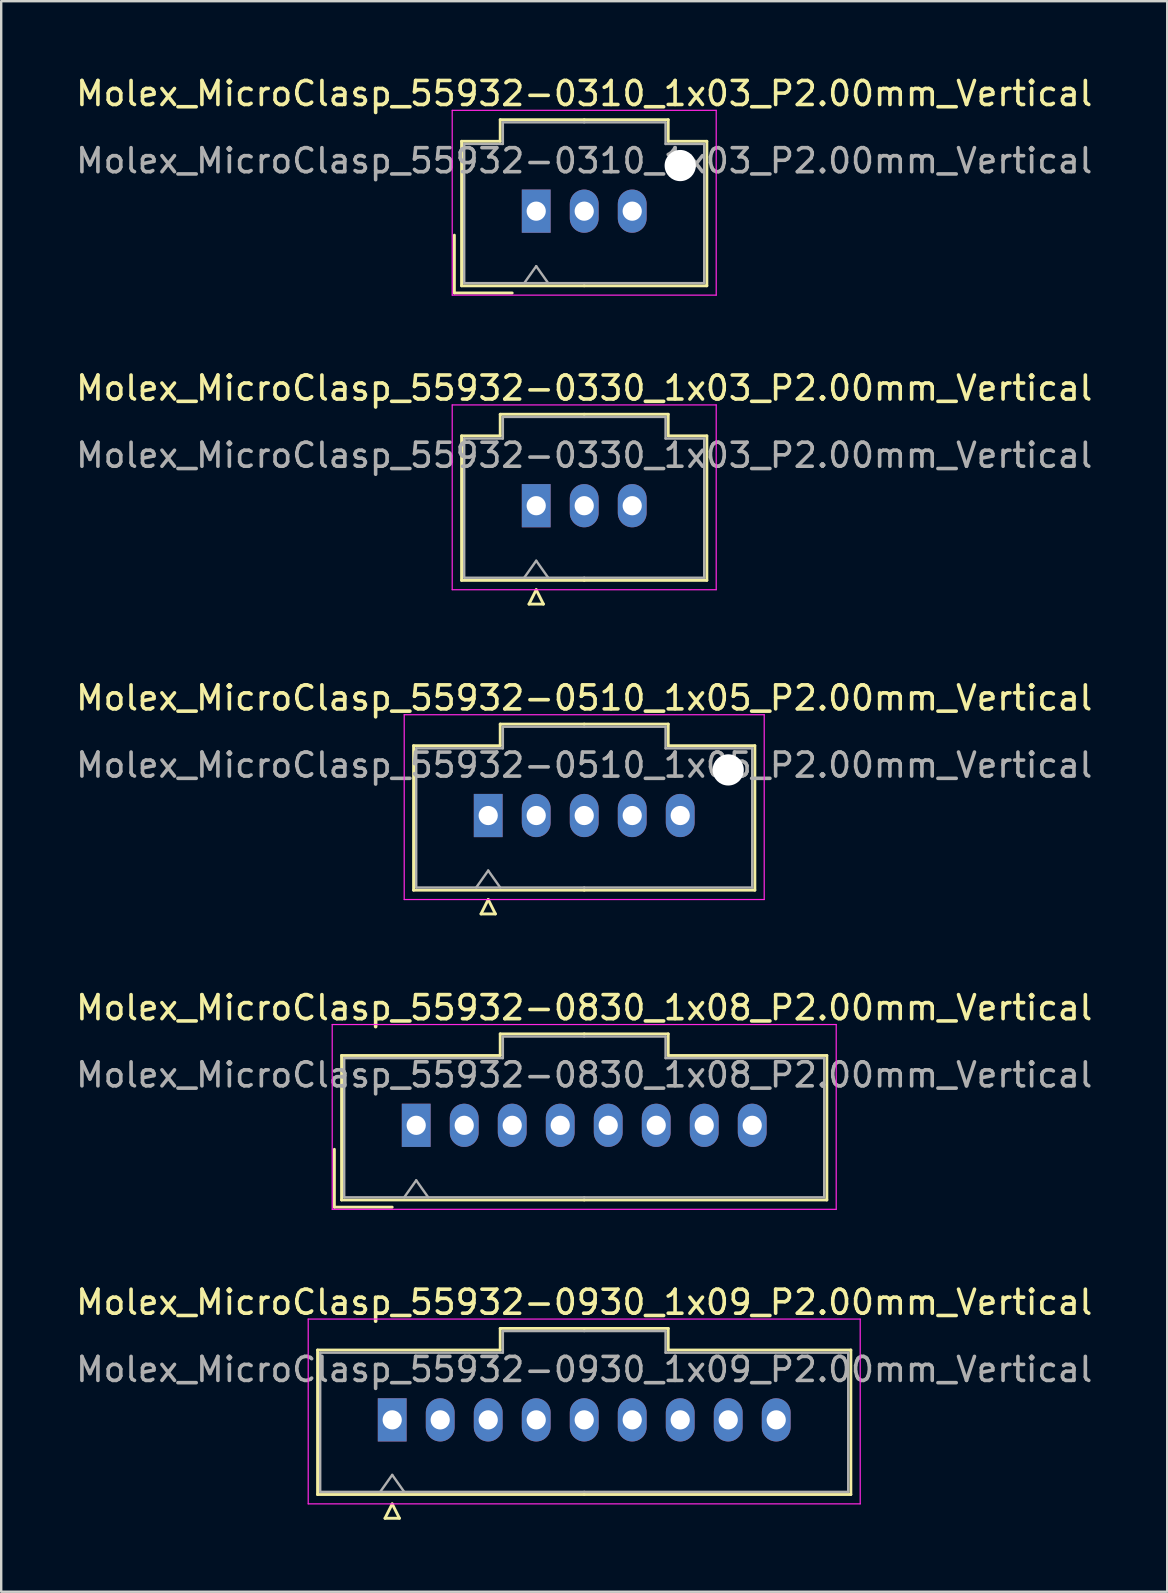
<source format=kicad_pcb>
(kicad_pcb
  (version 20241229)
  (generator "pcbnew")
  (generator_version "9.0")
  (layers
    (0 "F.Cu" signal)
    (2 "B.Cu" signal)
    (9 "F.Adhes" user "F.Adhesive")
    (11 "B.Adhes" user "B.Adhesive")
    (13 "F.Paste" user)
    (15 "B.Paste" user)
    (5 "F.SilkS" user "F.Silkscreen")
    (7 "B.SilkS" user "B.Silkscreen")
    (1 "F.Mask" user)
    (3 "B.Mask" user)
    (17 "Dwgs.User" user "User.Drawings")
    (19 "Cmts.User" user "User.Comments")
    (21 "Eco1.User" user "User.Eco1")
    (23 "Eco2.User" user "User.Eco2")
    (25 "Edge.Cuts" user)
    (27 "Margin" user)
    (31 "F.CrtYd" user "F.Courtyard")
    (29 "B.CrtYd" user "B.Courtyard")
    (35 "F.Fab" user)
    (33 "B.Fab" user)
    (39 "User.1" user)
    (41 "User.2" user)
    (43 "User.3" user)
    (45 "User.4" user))
  (footprint "Molex_MicroClasp_55932-0330_1x03_P2.00mm_Vertical"
    (layer "F.Cu")
    (at 19.292 18.021)
    (property "Reference" "Molex_MicroClasp_55932-0330_1x03_P2.00mm_Vertical" (at 2 -4.9 0) (layer "F.SilkS") (effects (font (size 1 1) (thickness 0.15))))
    (attr through_hole)
    (fp_line (start -3.11 -2.91) (end -3.11 3.11) (stroke (width 0.12) (type solid)) (layer "F.SilkS"))
    (fp_line (start -3.11 3.11) (end 2 3.11) (stroke (width 0.12) (type solid)) (layer "F.SilkS"))
    (fp_line (start -1.5 -3.81) (end -1.5 -2.91) (stroke (width 0.12) (type solid)) (layer "F.SilkS"))
    (fp_line (start -1.5 -2.91) (end -3.11 -2.91) (stroke (width 0.12) (type solid)) (layer "F.SilkS"))
    (fp_line (start -0.3 4.1) (end 0.3 4.1) (stroke (width 0.12) (type solid)) (layer "F.SilkS"))
    (fp_line (start 0 3.5) (end -0.3 4.1) (stroke (width 0.12) (type solid)) (layer "F.SilkS"))
    (fp_line (start 0.3 4.1) (end 0 3.5) (stroke (width 0.12) (type solid)) (layer "F.SilkS"))
    (fp_line (start 2 -3.81) (end -1.5 -3.81) (stroke (width 0.12) (type solid)) (layer "F.SilkS"))
    (fp_line (start 2 -3.81) (end 5.5 -3.81) (stroke (width 0.12) (type solid)) (layer "F.SilkS"))
    (fp_line (start 5.5 -3.81) (end 5.5 -2.91) (stroke (width 0.12) (type solid)) (layer "F.SilkS"))
    (fp_line (start 5.5 -2.91) (end 7.11 -2.91) (stroke (width 0.12) (type solid)) (layer "F.SilkS"))
    (fp_line (start 7.11 -2.91) (end 7.11 3.11) (stroke (width 0.12) (type solid)) (layer "F.SilkS"))
    (fp_line (start 7.11 3.11) (end 2 3.11) (stroke (width 0.12) (type solid)) (layer "F.SilkS"))
    (fp_line (start -3.5 -4.2) (end -3.5 3.5) (stroke (width 0.05) (type solid)) (layer "F.CrtYd"))
    (fp_line (start -3.5 3.5) (end 7.5 3.5) (stroke (width 0.05) (type solid)) (layer "F.CrtYd"))
    (fp_line (start 7.5 -4.2) (end -3.5 -4.2) (stroke (width 0.05) (type solid)) (layer "F.CrtYd"))
    (fp_line (start 7.5 3.5) (end 7.5 -4.2) (stroke (width 0.05) (type solid)) (layer "F.CrtYd"))
    (fp_line (start -3 -2.8) (end -3 3) (stroke (width 0.1) (type solid)) (layer "F.Fab"))
    (fp_line (start -3 3) (end 2 3) (stroke (width 0.1) (type solid)) (layer "F.Fab"))
    (fp_line (start -1.39 -3.7) (end -1.39 -2.8) (stroke (width 0.1) (type solid)) (layer "F.Fab"))
    (fp_line (start -1.39 -2.8) (end -3 -2.8) (stroke (width 0.1) (type solid)) (layer "F.Fab"))
    (fp_line (start -0.5 3) (end 0 2.293) (stroke (width 0.1) (type solid)) (layer "F.Fab"))
    (fp_line (start 0 2.293) (end 0.5 3) (stroke (width 0.1) (type solid)) (layer "F.Fab"))
    (fp_line (start 2 -3.7) (end -1.39 -3.7) (stroke (width 0.1) (type solid)) (layer "F.Fab"))
    (fp_line (start 2 -3.7) (end 5.39 -3.7) (stroke (width 0.1) (type solid)) (layer "F.Fab"))
    (fp_line (start 5.39 -3.7) (end 5.39 -2.8) (stroke (width 0.1) (type solid)) (layer "F.Fab"))
    (fp_line (start 5.39 -2.8) (end 7 -2.8) (stroke (width 0.1) (type solid)) (layer "F.Fab"))
    (fp_line (start 7 -2.8) (end 7 3) (stroke (width 0.1) (type solid)) (layer "F.Fab"))
    (fp_line (start 7 3) (end 2 3) (stroke (width 0.1) (type solid)) (layer "F.Fab"))
    (fp_text user "${REFERENCE}" (at 2 -2.1 0) (layer "F.Fab") (effects (font (size 1 1) (thickness 0.15))))
    (pad "1" thru_hole rect (at 0 0) (size 1.2 1.8) (drill 0.8) (layers "*.Cu" "*.Mask"))
    (pad "2" thru_hole oval (at 2 0) (size 1.2 1.8) (drill 0.8) (layers "*.Cu" "*.Mask"))
    (pad "3" thru_hole oval (at 4 0) (size 1.2 1.8) (drill 0.8) (layers "*.Cu" "*.Mask")))
  (footprint "Molex_MicroClasp_55932-0830_1x08_P2.00mm_Vertical"
    (layer "F.Cu")
    (at 14.292 43.838)
    (property "Reference" "Molex_MicroClasp_55932-0830_1x08_P2.00mm_Vertical" (at 7 -4.9 0) (layer "F.SilkS") (effects (font (size 1 1) (thickness 0.15))))
    (attr through_hole)
    (fp_line (start -3.41 1) (end -3.41 3.41) (stroke (width 0.12) (type solid)) (layer "F.SilkS"))
    (fp_line (start -3.41 3.41) (end -1 3.41) (stroke (width 0.12) (type solid)) (layer "F.SilkS"))
    (fp_line (start -3.11 -2.91) (end -3.11 3.11) (stroke (width 0.12) (type solid)) (layer "F.SilkS"))
    (fp_line (start -3.11 3.11) (end 7 3.11) (stroke (width 0.12) (type solid)) (layer "F.SilkS"))
    (fp_line (start 3.5 -3.81) (end 3.5 -2.91) (stroke (width 0.12) (type solid)) (layer "F.SilkS"))
    (fp_line (start 3.5 -2.91) (end -3.11 -2.91) (stroke (width 0.12) (type solid)) (layer "F.SilkS"))
    (fp_line (start 7 -3.81) (end 3.5 -3.81) (stroke (width 0.12) (type solid)) (layer "F.SilkS"))
    (fp_line (start 7 -3.81) (end 10.5 -3.81) (stroke (width 0.12) (type solid)) (layer "F.SilkS"))
    (fp_line (start 10.5 -3.81) (end 10.5 -2.91) (stroke (width 0.12) (type solid)) (layer "F.SilkS"))
    (fp_line (start 10.5 -2.91) (end 17.11 -2.91) (stroke (width 0.12) (type solid)) (layer "F.SilkS"))
    (fp_line (start 17.11 -2.91) (end 17.11 3.11) (stroke (width 0.12) (type solid)) (layer "F.SilkS"))
    (fp_line (start 17.11 3.11) (end 7 3.11) (stroke (width 0.12) (type solid)) (layer "F.SilkS"))
    (fp_line (start -3.5 -4.2) (end -3.5 3.5) (stroke (width 0.05) (type solid)) (layer "F.CrtYd"))
    (fp_line (start -3.5 3.5) (end 17.5 3.5) (stroke (width 0.05) (type solid)) (layer "F.CrtYd"))
    (fp_line (start 17.5 -4.2) (end -3.5 -4.2) (stroke (width 0.05) (type solid)) (layer "F.CrtYd"))
    (fp_line (start 17.5 3.5) (end 17.5 -4.2) (stroke (width 0.05) (type solid)) (layer "F.CrtYd"))
    (fp_line (start -3 -2.8) (end -3 3) (stroke (width 0.1) (type solid)) (layer "F.Fab"))
    (fp_line (start -3 3) (end 7 3) (stroke (width 0.1) (type solid)) (layer "F.Fab"))
    (fp_line (start -0.5 3) (end 0 2.293) (stroke (width 0.1) (type solid)) (layer "F.Fab"))
    (fp_line (start 0 2.293) (end 0.5 3) (stroke (width 0.1) (type solid)) (layer "F.Fab"))
    (fp_line (start 3.61 -3.7) (end 3.61 -2.8) (stroke (width 0.1) (type solid)) (layer "F.Fab"))
    (fp_line (start 3.61 -2.8) (end -3 -2.8) (stroke (width 0.1) (type solid)) (layer "F.Fab"))
    (fp_line (start 7 -3.7) (end 3.61 -3.7) (stroke (width 0.1) (type solid)) (layer "F.Fab"))
    (fp_line (start 7 -3.7) (end 10.39 -3.7) (stroke (width 0.1) (type solid)) (layer "F.Fab"))
    (fp_line (start 10.39 -3.7) (end 10.39 -2.8) (stroke (width 0.1) (type solid)) (layer "F.Fab"))
    (fp_line (start 10.39 -2.8) (end 17 -2.8) (stroke (width 0.1) (type solid)) (layer "F.Fab"))
    (fp_line (start 17 -2.8) (end 17 3) (stroke (width 0.1) (type solid)) (layer "F.Fab"))
    (fp_line (start 17 3) (end 7 3) (stroke (width 0.1) (type solid)) (layer "F.Fab"))
    (fp_text user "${REFERENCE}" (at 7 -2.1 0) (layer "F.Fab") (effects (font (size 1 1) (thickness 0.15))))
    (pad "1" thru_hole rect (at 0 0) (size 1.2 1.8) (drill 0.8) (layers "*.Cu" "*.Mask"))
    (pad "2" thru_hole oval (at 2 0) (size 1.2 1.8) (drill 0.8) (layers "*.Cu" "*.Mask"))
    (pad "3" thru_hole oval (at 4 0) (size 1.2 1.8) (drill 0.8) (layers "*.Cu" "*.Mask"))
    (pad "4" thru_hole oval (at 6 0) (size 1.2 1.8) (drill 0.8) (layers "*.Cu" "*.Mask"))
    (pad "5" thru_hole oval (at 8 0) (size 1.2 1.8) (drill 0.8) (layers "*.Cu" "*.Mask"))
    (pad "6" thru_hole oval (at 10 0) (size 1.2 1.8) (drill 0.8) (layers "*.Cu" "*.Mask"))
    (pad "7" thru_hole oval (at 12 0) (size 1.2 1.8) (drill 0.8) (layers "*.Cu" "*.Mask"))
    (pad "8" thru_hole oval (at 14 0) (size 1.2 1.8) (drill 0.8) (layers "*.Cu" "*.Mask")))
  (footprint "Molex_MicroClasp_55932-0930_1x09_P2.00mm_Vertical"
    (layer "F.Cu")
    (at 13.292 56.111)
    (property "Reference" "Molex_MicroClasp_55932-0930_1x09_P2.00mm_Vertical" (at 8 -4.9 0) (layer "F.SilkS") (effects (font (size 1 1) (thickness 0.15))))
    (attr through_hole)
    (fp_line (start -3.11 -2.91) (end -3.11 3.11) (stroke (width 0.12) (type solid)) (layer "F.SilkS"))
    (fp_line (start -3.11 3.11) (end 8 3.11) (stroke (width 0.12) (type solid)) (layer "F.SilkS"))
    (fp_line (start -0.3 4.1) (end 0.3 4.1) (stroke (width 0.12) (type solid)) (layer "F.SilkS"))
    (fp_line (start 0 3.5) (end -0.3 4.1) (stroke (width 0.12) (type solid)) (layer "F.SilkS"))
    (fp_line (start 0.3 4.1) (end 0 3.5) (stroke (width 0.12) (type solid)) (layer "F.SilkS"))
    (fp_line (start 4.5 -3.81) (end 4.5 -2.91) (stroke (width 0.12) (type solid)) (layer "F.SilkS"))
    (fp_line (start 4.5 -2.91) (end -3.11 -2.91) (stroke (width 0.12) (type solid)) (layer "F.SilkS"))
    (fp_line (start 8 -3.81) (end 4.5 -3.81) (stroke (width 0.12) (type solid)) (layer "F.SilkS"))
    (fp_line (start 8 -3.81) (end 11.5 -3.81) (stroke (width 0.12) (type solid)) (layer "F.SilkS"))
    (fp_line (start 11.5 -3.81) (end 11.5 -2.91) (stroke (width 0.12) (type solid)) (layer "F.SilkS"))
    (fp_line (start 11.5 -2.91) (end 19.11 -2.91) (stroke (width 0.12) (type solid)) (layer "F.SilkS"))
    (fp_line (start 19.11 -2.91) (end 19.11 3.11) (stroke (width 0.12) (type solid)) (layer "F.SilkS"))
    (fp_line (start 19.11 3.11) (end 8 3.11) (stroke (width 0.12) (type solid)) (layer "F.SilkS"))
    (fp_line (start -3.5 -4.2) (end -3.5 3.5) (stroke (width 0.05) (type solid)) (layer "F.CrtYd"))
    (fp_line (start -3.5 3.5) (end 19.5 3.5) (stroke (width 0.05) (type solid)) (layer "F.CrtYd"))
    (fp_line (start 19.5 -4.2) (end -3.5 -4.2) (stroke (width 0.05) (type solid)) (layer "F.CrtYd"))
    (fp_line (start 19.5 3.5) (end 19.5 -4.2) (stroke (width 0.05) (type solid)) (layer "F.CrtYd"))
    (fp_line (start -3 -2.8) (end -3 3) (stroke (width 0.1) (type solid)) (layer "F.Fab"))
    (fp_line (start -3 3) (end 8 3) (stroke (width 0.1) (type solid)) (layer "F.Fab"))
    (fp_line (start -0.5 3) (end 0 2.293) (stroke (width 0.1) (type solid)) (layer "F.Fab"))
    (fp_line (start 0 2.293) (end 0.5 3) (stroke (width 0.1) (type solid)) (layer "F.Fab"))
    (fp_line (start 4.61 -3.7) (end 4.61 -2.8) (stroke (width 0.1) (type solid)) (layer "F.Fab"))
    (fp_line (start 4.61 -2.8) (end -3 -2.8) (stroke (width 0.1) (type solid)) (layer "F.Fab"))
    (fp_line (start 8 -3.7) (end 4.61 -3.7) (stroke (width 0.1) (type solid)) (layer "F.Fab"))
    (fp_line (start 8 -3.7) (end 11.39 -3.7) (stroke (width 0.1) (type solid)) (layer "F.Fab"))
    (fp_line (start 11.39 -3.7) (end 11.39 -2.8) (stroke (width 0.1) (type solid)) (layer "F.Fab"))
    (fp_line (start 11.39 -2.8) (end 19 -2.8) (stroke (width 0.1) (type solid)) (layer "F.Fab"))
    (fp_line (start 19 -2.8) (end 19 3) (stroke (width 0.1) (type solid)) (layer "F.Fab"))
    (fp_line (start 19 3) (end 8 3) (stroke (width 0.1) (type solid)) (layer "F.Fab"))
    (fp_text user "${REFERENCE}" (at 8 -2.1 0) (layer "F.Fab") (effects (font (size 1 1) (thickness 0.15))))
    (pad "1" thru_hole rect (at 0 0) (size 1.2 1.8) (drill 0.8) (layers "*.Cu" "*.Mask"))
    (pad "2" thru_hole oval (at 2 0) (size 1.2 1.8) (drill 0.8) (layers "*.Cu" "*.Mask"))
    (pad "3" thru_hole oval (at 4 0) (size 1.2 1.8) (drill 0.8) (layers "*.Cu" "*.Mask"))
    (pad "4" thru_hole oval (at 6 0) (size 1.2 1.8) (drill 0.8) (layers "*.Cu" "*.Mask"))
    (pad "5" thru_hole oval (at 8 0) (size 1.2 1.8) (drill 0.8) (layers "*.Cu" "*.Mask"))
    (pad "6" thru_hole oval (at 10 0) (size 1.2 1.8) (drill 0.8) (layers "*.Cu" "*.Mask"))
    (pad "7" thru_hole oval (at 12 0) (size 1.2 1.8) (drill 0.8) (layers "*.Cu" "*.Mask"))
    (pad "8" thru_hole oval (at 14 0) (size 1.2 1.8) (drill 0.8) (layers "*.Cu" "*.Mask"))
    (pad "9" thru_hole oval (at 16 0) (size 1.2 1.8) (drill 0.8) (layers "*.Cu" "*.Mask")))
  (footprint "Molex_MicroClasp_55932-0310_1x03_P2.00mm_Vertical"
    (layer "F.Cu")
    (at 19.292 5.748)
    (property "Reference" "Molex_MicroClasp_55932-0310_1x03_P2.00mm_Vertical" (at 2 -4.9 0) (layer "F.SilkS") (effects (font (size 1 1) (thickness 0.15))))
    (attr through_hole)
    (fp_line (start -3.41 1) (end -3.41 3.41) (stroke (width 0.12) (type solid)) (layer "F.SilkS"))
    (fp_line (start -3.41 3.41) (end -1 3.41) (stroke (width 0.12) (type solid)) (layer "F.SilkS"))
    (fp_line (start -3.11 -2.91) (end -3.11 3.11) (stroke (width 0.12) (type solid)) (layer "F.SilkS"))
    (fp_line (start -3.11 3.11) (end 2 3.11) (stroke (width 0.12) (type solid)) (layer "F.SilkS"))
    (fp_line (start -1.5 -3.81) (end -1.5 -2.91) (stroke (width 0.12) (type solid)) (layer "F.SilkS"))
    (fp_line (start -1.5 -2.91) (end -3.11 -2.91) (stroke (width 0.12) (type solid)) (layer "F.SilkS"))
    (fp_line (start 2 -3.81) (end -1.5 -3.81) (stroke (width 0.12) (type solid)) (layer "F.SilkS"))
    (fp_line (start 2 -3.81) (end 5.5 -3.81) (stroke (width 0.12) (type solid)) (layer "F.SilkS"))
    (fp_line (start 5.5 -3.81) (end 5.5 -2.91) (stroke (width 0.12) (type solid)) (layer "F.SilkS"))
    (fp_line (start 5.5 -2.91) (end 7.11 -2.91) (stroke (width 0.12) (type solid)) (layer "F.SilkS"))
    (fp_line (start 7.11 -2.91) (end 7.11 3.11) (stroke (width 0.12) (type solid)) (layer "F.SilkS"))
    (fp_line (start 7.11 3.11) (end 2 3.11) (stroke (width 0.12) (type solid)) (layer "F.SilkS"))
    (fp_line (start -3.5 -4.2) (end -3.5 3.5) (stroke (width 0.05) (type solid)) (layer "F.CrtYd"))
    (fp_line (start -3.5 3.5) (end 7.5 3.5) (stroke (width 0.05) (type solid)) (layer "F.CrtYd"))
    (fp_line (start 7.5 -4.2) (end -3.5 -4.2) (stroke (width 0.05) (type solid)) (layer "F.CrtYd"))
    (fp_line (start 7.5 3.5) (end 7.5 -4.2) (stroke (width 0.05) (type solid)) (layer "F.CrtYd"))
    (fp_line (start -3 -2.8) (end -3 3) (stroke (width 0.1) (type solid)) (layer "F.Fab"))
    (fp_line (start -3 3) (end 2 3) (stroke (width 0.1) (type solid)) (layer "F.Fab"))
    (fp_line (start -1.39 -3.7) (end -1.39 -2.8) (stroke (width 0.1) (type solid)) (layer "F.Fab"))
    (fp_line (start -1.39 -2.8) (end -3 -2.8) (stroke (width 0.1) (type solid)) (layer "F.Fab"))
    (fp_line (start -0.5 3) (end 0 2.293) (stroke (width 0.1) (type solid)) (layer "F.Fab"))
    (fp_line (start 0 2.293) (end 0.5 3) (stroke (width 0.1) (type solid)) (layer "F.Fab"))
    (fp_line (start 2 -3.7) (end -1.39 -3.7) (stroke (width 0.1) (type solid)) (layer "F.Fab"))
    (fp_line (start 2 -3.7) (end 5.39 -3.7) (stroke (width 0.1) (type solid)) (layer "F.Fab"))
    (fp_line (start 5.39 -3.7) (end 5.39 -2.8) (stroke (width 0.1) (type solid)) (layer "F.Fab"))
    (fp_line (start 5.39 -2.8) (end 7 -2.8) (stroke (width 0.1) (type solid)) (layer "F.Fab"))
    (fp_line (start 7 -2.8) (end 7 3) (stroke (width 0.1) (type solid)) (layer "F.Fab"))
    (fp_line (start 7 3) (end 2 3) (stroke (width 0.1) (type solid)) (layer "F.Fab"))
    (fp_text user "${REFERENCE}" (at 2 -2.1 0) (layer "F.Fab") (effects (font (size 1 1) (thickness 0.15))))
    (pad "" np_thru_hole circle (at 6 -1.9) (size 1.3 1.3) (drill 1.3) (layers "*.Cu" "*.Mask"))
    (pad "1" thru_hole rect (at 0 0) (size 1.2 1.8) (drill 0.8) (layers "*.Cu" "*.Mask"))
    (pad "2" thru_hole oval (at 2 0) (size 1.2 1.8) (drill 0.8) (layers "*.Cu" "*.Mask"))
    (pad "3" thru_hole oval (at 4 0) (size 1.2 1.8) (drill 0.8) (layers "*.Cu" "*.Mask")))
  (footprint "Molex_MicroClasp_55932-0510_1x05_P2.00mm_Vertical"
    (layer "F.Cu")
    (at 17.292 30.93)
    (property "Reference" "Molex_MicroClasp_55932-0510_1x05_P2.00mm_Vertical" (at 4 -4.9 0) (layer "F.SilkS") (effects (font (size 1 1) (thickness 0.15))))
    (attr through_hole)
    (fp_line (start -3.11 -2.91) (end -3.11 3.11) (stroke (width 0.12) (type solid)) (layer "F.SilkS"))
    (fp_line (start -3.11 3.11) (end 4 3.11) (stroke (width 0.12) (type solid)) (layer "F.SilkS"))
    (fp_line (start -0.3 4.1) (end 0.3 4.1) (stroke (width 0.12) (type solid)) (layer "F.SilkS"))
    (fp_line (start 0 3.5) (end -0.3 4.1) (stroke (width 0.12) (type solid)) (layer "F.SilkS"))
    (fp_line (start 0.3 4.1) (end 0 3.5) (stroke (width 0.12) (type solid)) (layer "F.SilkS"))
    (fp_line (start 0.5 -3.81) (end 0.5 -2.91) (stroke (width 0.12) (type solid)) (layer "F.SilkS"))
    (fp_line (start 0.5 -2.91) (end -3.11 -2.91) (stroke (width 0.12) (type solid)) (layer "F.SilkS"))
    (fp_line (start 4 -3.81) (end 0.5 -3.81) (stroke (width 0.12) (type solid)) (layer "F.SilkS"))
    (fp_line (start 4 -3.81) (end 7.5 -3.81) (stroke (width 0.12) (type solid)) (layer "F.SilkS"))
    (fp_line (start 7.5 -3.81) (end 7.5 -2.91) (stroke (width 0.12) (type solid)) (layer "F.SilkS"))
    (fp_line (start 7.5 -2.91) (end 11.11 -2.91) (stroke (width 0.12) (type solid)) (layer "F.SilkS"))
    (fp_line (start 11.11 -2.91) (end 11.11 3.11) (stroke (width 0.12) (type solid)) (layer "F.SilkS"))
    (fp_line (start 11.11 3.11) (end 4 3.11) (stroke (width 0.12) (type solid)) (layer "F.SilkS"))
    (fp_line (start -3.5 -4.2) (end -3.5 3.5) (stroke (width 0.05) (type solid)) (layer "F.CrtYd"))
    (fp_line (start -3.5 3.5) (end 11.5 3.5) (stroke (width 0.05) (type solid)) (layer "F.CrtYd"))
    (fp_line (start 11.5 -4.2) (end -3.5 -4.2) (stroke (width 0.05) (type solid)) (layer "F.CrtYd"))
    (fp_line (start 11.5 3.5) (end 11.5 -4.2) (stroke (width 0.05) (type solid)) (layer "F.CrtYd"))
    (fp_line (start -3 -2.8) (end -3 3) (stroke (width 0.1) (type solid)) (layer "F.Fab"))
    (fp_line (start -3 3) (end 4 3) (stroke (width 0.1) (type solid)) (layer "F.Fab"))
    (fp_line (start -0.5 3) (end 0 2.293) (stroke (width 0.1) (type solid)) (layer "F.Fab"))
    (fp_line (start 0 2.293) (end 0.5 3) (stroke (width 0.1) (type solid)) (layer "F.Fab"))
    (fp_line (start 0.61 -3.7) (end 0.61 -2.8) (stroke (width 0.1) (type solid)) (layer "F.Fab"))
    (fp_line (start 0.61 -2.8) (end -3 -2.8) (stroke (width 0.1) (type solid)) (layer "F.Fab"))
    (fp_line (start 4 -3.7) (end 0.61 -3.7) (stroke (width 0.1) (type solid)) (layer "F.Fab"))
    (fp_line (start 4 -3.7) (end 7.39 -3.7) (stroke (width 0.1) (type solid)) (layer "F.Fab"))
    (fp_line (start 7.39 -3.7) (end 7.39 -2.8) (stroke (width 0.1) (type solid)) (layer "F.Fab"))
    (fp_line (start 7.39 -2.8) (end 11 -2.8) (stroke (width 0.1) (type solid)) (layer "F.Fab"))
    (fp_line (start 11 -2.8) (end 11 3) (stroke (width 0.1) (type solid)) (layer "F.Fab"))
    (fp_line (start 11 3) (end 4 3) (stroke (width 0.1) (type solid)) (layer "F.Fab"))
    (fp_text user "${REFERENCE}" (at 4 -2.1 0) (layer "F.Fab") (effects (font (size 1 1) (thickness 0.15))))
    (pad "" np_thru_hole circle (at 10 -1.9) (size 1.3 1.3) (drill 1.3) (layers "*.Cu" "*.Mask"))
    (pad "1" thru_hole rect (at 0 0) (size 1.2 1.8) (drill 0.8) (layers "*.Cu" "*.Mask"))
    (pad "2" thru_hole oval (at 2 0) (size 1.2 1.8) (drill 0.8) (layers "*.Cu" "*.Mask"))
    (pad "3" thru_hole oval (at 4 0) (size 1.2 1.8) (drill 0.8) (layers "*.Cu" "*.Mask"))
    (pad "4" thru_hole oval (at 6 0) (size 1.2 1.8) (drill 0.8) (layers "*.Cu" "*.Mask"))
    (pad "5" thru_hole oval (at 8 0) (size 1.2 1.8) (drill 0.8) (layers "*.Cu" "*.Mask")))
  (gr_rect
    (start -3 -3)
    (end 45.583 63.271)
    (stroke (width 0.1) (type default))
    (fill no)
    (layer "Edge.Cuts")))
</source>
